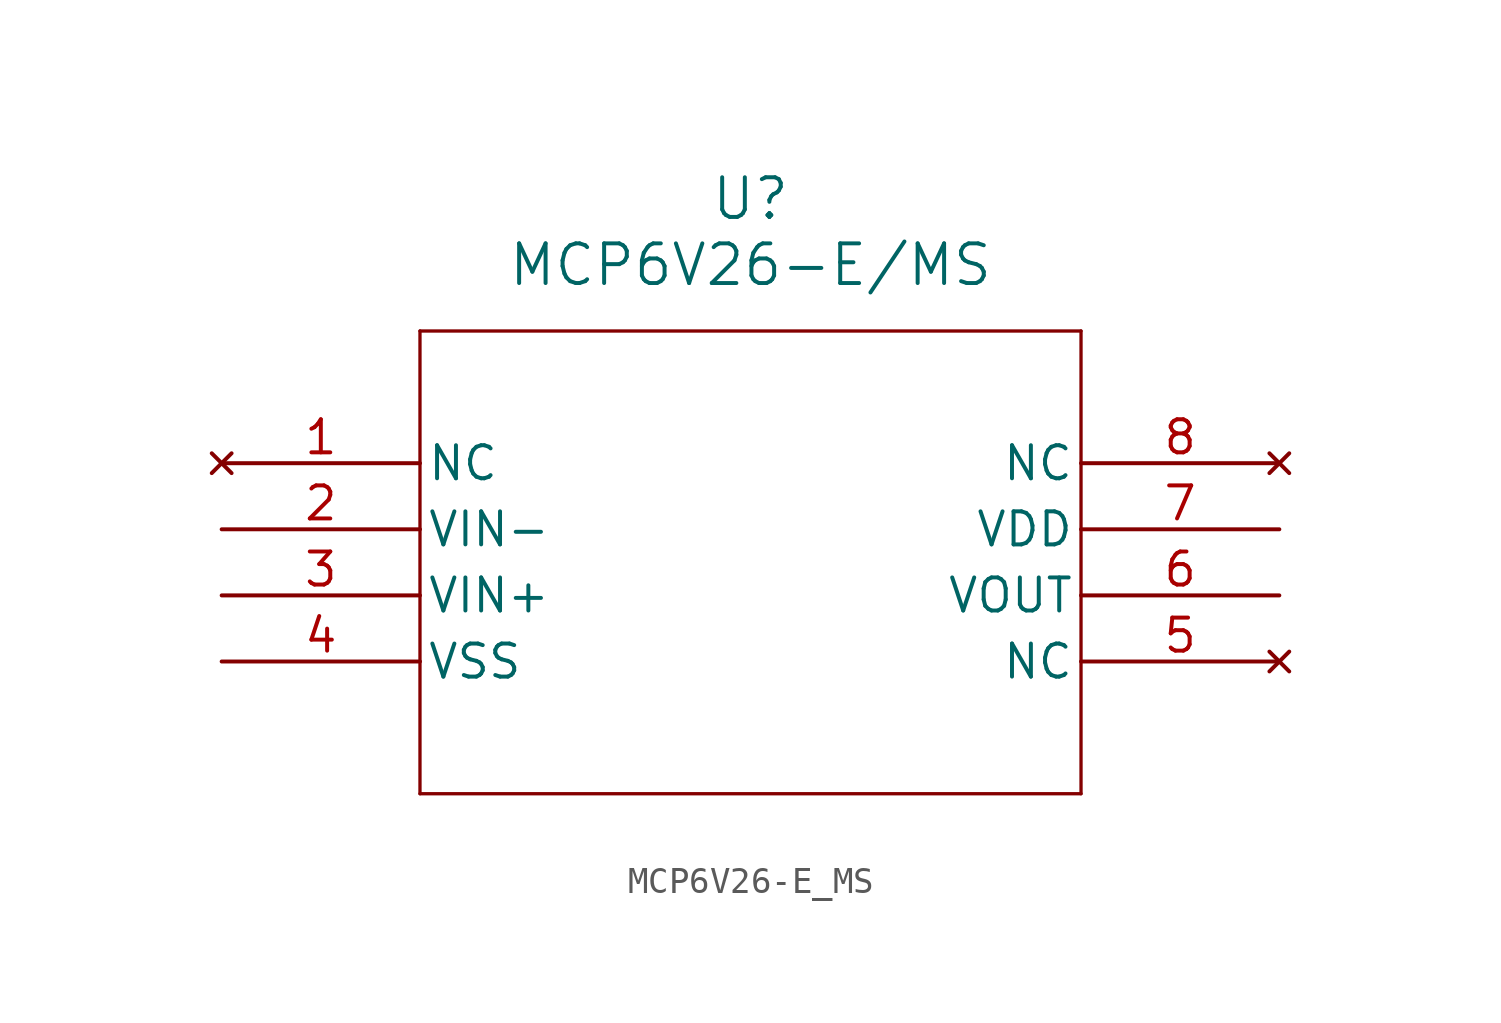
<source format=kicad_sym>
(kicad_symbol_lib
  (version 20211014)
  (generator kicad_symbol_editor)
  (symbol "MCP6V26-E_MS"
    (pin_names
      (offset 0.254))
    (property "Reference" "U"
      (at 20.32 10.16 0)
      (effects (font (size 1.524 1.524))))
    (property "Value" "MCP6V26-E/MS"
      (at 20.32 7.62 0)
      (effects (font (size 1.524 1.524))))
    (symbol "MCP6V26-E_MS_0_1"
      (polyline (pts (xy 7.62 5.08) (xy 7.62 -12.7)) (stroke (width 0.127) (type default) (color 0 0 0 0)) (fill (type none)))
      (polyline (pts (xy 7.62 -12.7) (xy 33.02 -12.7)) (stroke (width 0.127) (type default) (color 0 0 0 0)) (fill (type none)))
      (polyline (pts (xy 33.02 -12.7) (xy 33.02 5.08)) (stroke (width 0.127) (type default) (color 0 0 0 0)) (fill (type none)))
      (polyline (pts (xy 33.02 5.08) (xy 7.62 5.08)) (stroke (width 0.127) (type default) (color 0 0 0 0)) (fill (type none)))
      (pin no_connect line (at 0 0 0) (length 7.62) (name "NC" (effects (font (size 1.27 1.27)))) (number "1" (effects (font (size 1.27 1.27)))))
      (pin input line (at 0 -2.54 0) (length 7.62) (name "VIN-" (effects (font (size 1.27 1.27)))) (number "2" (effects (font (size 1.27 1.27)))))
      (pin input line (at 0 -5.08 0) (length 7.62) (name "VIN+" (effects (font (size 1.27 1.27)))) (number "3" (effects (font (size 1.27 1.27)))))
      (pin power_in line (at 0 -7.62 0) (length 7.62) (name "VSS" (effects (font (size 1.27 1.27)))) (number "4" (effects (font (size 1.27 1.27)))))
      (pin no_connect line (at 40.64 -7.62 180) (length 7.62) (name "NC" (effects (font (size 1.27 1.27)))) (number "5" (effects (font (size 1.27 1.27)))))
      (pin output line (at 40.64 -5.08 180) (length 7.62) (name "VOUT" (effects (font (size 1.27 1.27)))) (number "6" (effects (font (size 1.27 1.27)))))
      (pin power_in line (at 40.64 -2.54 180) (length 7.62) (name "VDD" (effects (font (size 1.27 1.27)))) (number "7" (effects (font (size 1.27 1.27)))))
      (pin no_connect line (at 40.64 0 180) (length 7.62) (name "NC" (effects (font (size 1.27 1.27)))) (number "8" (effects (font (size 1.27 1.27))))))))
</source>
